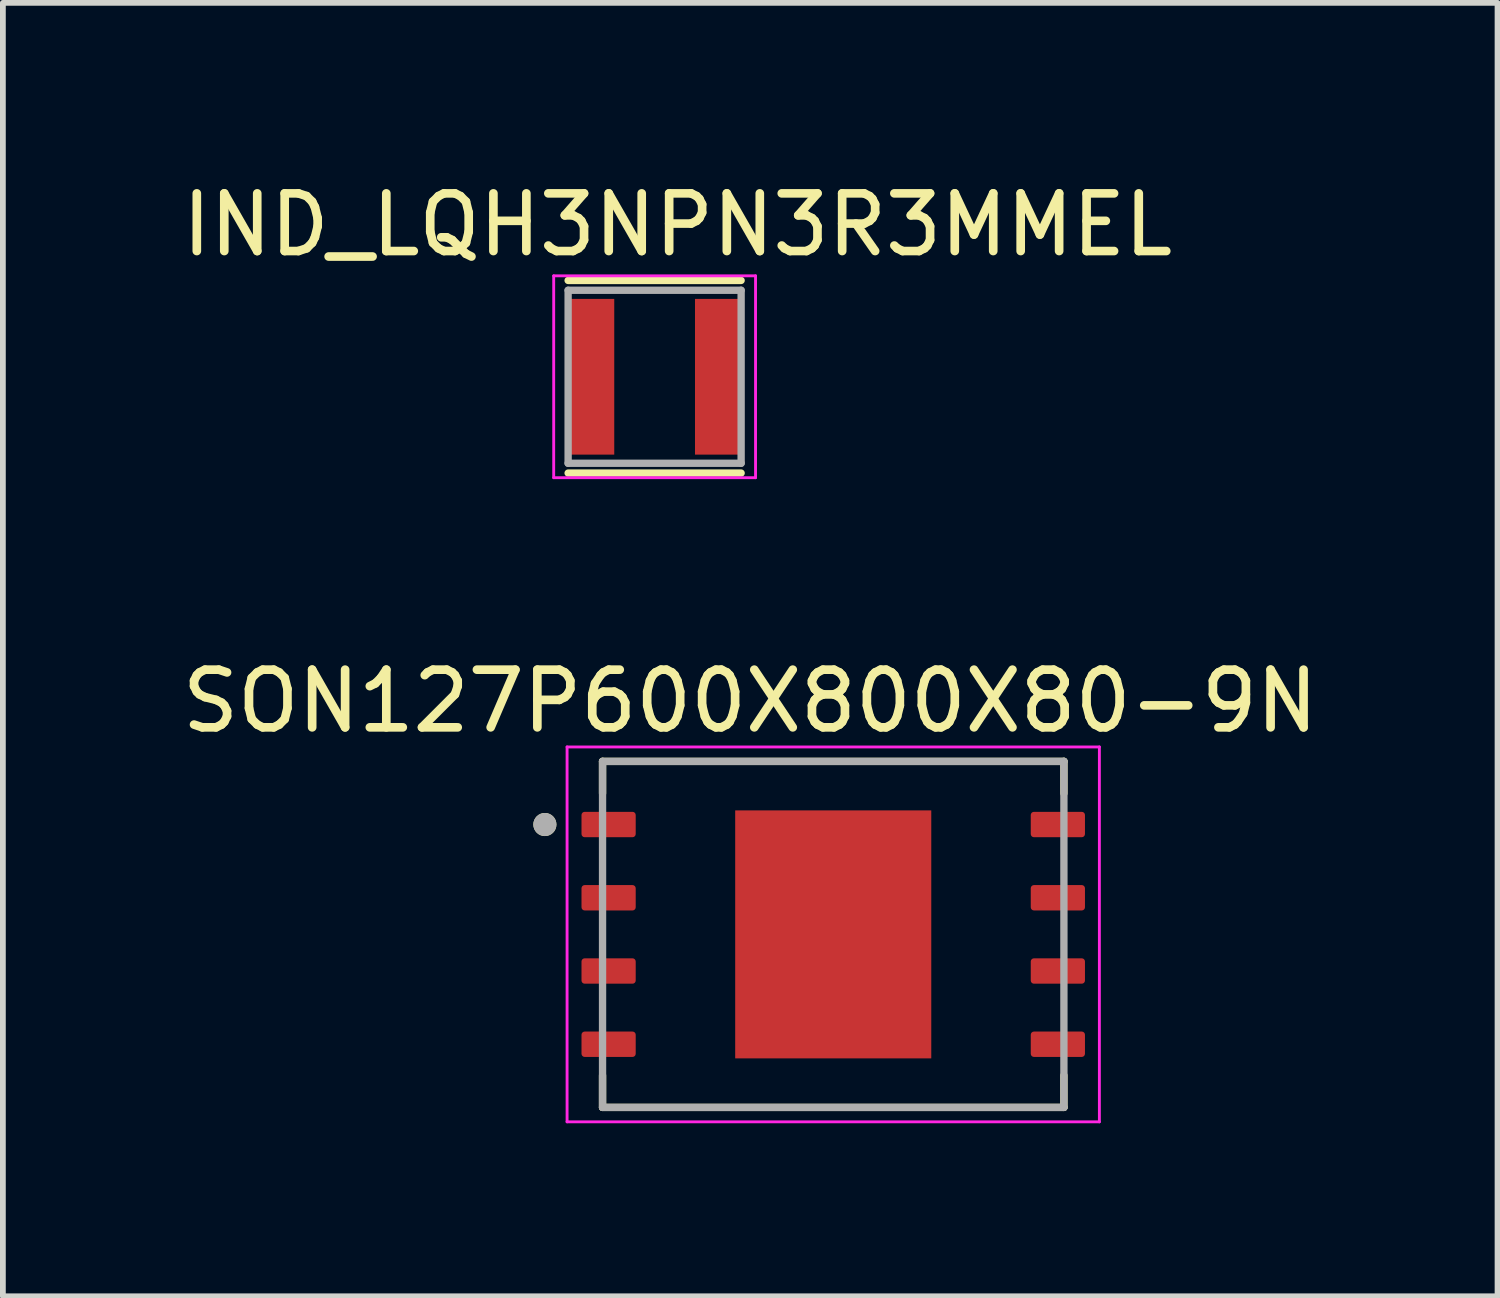
<source format=kicad_pcb>
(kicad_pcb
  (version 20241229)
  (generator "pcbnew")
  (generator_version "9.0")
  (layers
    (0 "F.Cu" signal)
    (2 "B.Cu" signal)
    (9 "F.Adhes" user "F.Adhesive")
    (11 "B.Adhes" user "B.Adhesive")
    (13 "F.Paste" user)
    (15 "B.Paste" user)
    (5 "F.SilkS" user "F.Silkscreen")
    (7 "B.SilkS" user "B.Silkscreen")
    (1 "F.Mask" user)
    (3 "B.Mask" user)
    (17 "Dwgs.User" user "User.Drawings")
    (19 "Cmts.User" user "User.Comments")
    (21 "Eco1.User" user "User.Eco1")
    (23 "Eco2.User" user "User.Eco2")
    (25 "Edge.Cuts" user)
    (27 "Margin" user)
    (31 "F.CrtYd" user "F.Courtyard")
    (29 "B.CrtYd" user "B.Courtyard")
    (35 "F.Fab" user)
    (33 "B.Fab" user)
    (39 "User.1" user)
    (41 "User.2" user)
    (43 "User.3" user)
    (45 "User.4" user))
  (footprint "IND_LQH3NPN3R3MMEL"
    (layer "F.Cu")
    (at 8.301 3.483)
    (property "Reference" "IND_LQH3NPN3R3MMEL" (at 0.395 -2.635 0) (layer "F.SilkS") (effects (font (size 1 1) (thickness 0.15))))
    (attr smd)
    (fp_line (start -1.5 -1.67) (end 1.5 -1.67) (stroke (width 0.127) (type solid)) (layer "F.SilkS"))
    (fp_line (start -1.5 1.67) (end 1.5 1.67) (stroke (width 0.127) (type solid)) (layer "F.SilkS"))
    (fp_line (start -1.75 -1.75) (end 1.75 -1.75) (stroke (width 0.05) (type solid)) (layer "F.CrtYd"))
    (fp_line (start -1.75 1.75) (end -1.75 -1.75) (stroke (width 0.05) (type solid)) (layer "F.CrtYd"))
    (fp_line (start 1.75 -1.75) (end 1.75 1.75) (stroke (width 0.05) (type solid)) (layer "F.CrtYd"))
    (fp_line (start 1.75 1.75) (end -1.75 1.75) (stroke (width 0.05) (type solid)) (layer "F.CrtYd"))
    (fp_line (start -1.5 -1.5) (end 1.5 -1.5) (stroke (width 0.127) (type solid)) (layer "F.Fab"))
    (fp_line (start -1.5 1.5) (end -1.5 -1.5) (stroke (width 0.127) (type solid)) (layer "F.Fab"))
    (fp_line (start 1.5 -1.5) (end 1.5 1.5) (stroke (width 0.127) (type solid)) (layer "F.Fab"))
    (fp_line (start 1.5 1.5) (end -1.5 1.5) (stroke (width 0.127) (type solid)) (layer "F.Fab"))
    (pad "1" smd rect (at -1.1 0) (size 0.8 2.7) (layers "F.Cu" "F.Mask" "F.Paste"))
    (pad "2" smd rect (at 1.1 0) (size 0.8 2.7) (layers "F.Cu" "F.Mask" "F.Paste")))
  (footprint "SON127P600X800X80-9N"
    (layer "F.Cu")
    (at 11.398 13.152)
    (property "Reference" "SON127P600X800X80-9N" (at -1.44 -4.045 0) (layer "F.SilkS") (effects (font (size 1 1) (thickness 0.15))))
    (attr smd)
    (fp_line (start -4 -3) (end -4 -2.445) (stroke (width 0.127) (type solid)) (layer "F.SilkS"))
    (fp_line (start -4 -3) (end 4 -3) (stroke (width 0.127) (type solid)) (layer "F.SilkS"))
    (fp_line (start -4 3) (end -4 2.445) (stroke (width 0.127) (type solid)) (layer "F.SilkS"))
    (fp_line (start -4 3) (end 4 3) (stroke (width 0.127) (type solid)) (layer "F.SilkS"))
    (fp_line (start 4 -3) (end 4 -2.445) (stroke (width 0.127) (type solid)) (layer "F.SilkS"))
    (fp_line (start 4 3) (end 4 2.445) (stroke (width 0.127) (type solid)) (layer "F.SilkS"))
    (fp_circle (center -5 -1.905) (end -4.9 -1.905) (stroke (width 0.2) (type solid)) (fill no) (layer "F.SilkS"))
    (fp_poly (pts (xy -1.24 -1.69) (xy -0.23 -1.69) (xy -0.23 -0.23) (xy -1.24 -0.23)) (stroke (width 0.01) (type solid)) (fill yes) (layer "F.Paste"))
    (fp_poly (pts (xy -1.24 0.23) (xy -0.23 0.23) (xy -0.23 1.69) (xy -1.24 1.69)) (stroke (width 0.01) (type solid)) (fill yes) (layer "F.Paste"))
    (fp_poly (pts (xy 0.23 -1.69) (xy 1.24 -1.69) (xy 1.24 -0.23) (xy 0.23 -0.23)) (stroke (width 0.01) (type solid)) (fill yes) (layer "F.Paste"))
    (fp_poly (pts (xy 0.23 0.23) (xy 1.24 0.23) (xy 1.24 1.69) (xy 0.23 1.69)) (stroke (width 0.01) (type solid)) (fill yes) (layer "F.Paste"))
    (fp_line (start -4.615 -3.25) (end -4.615 3.25) (stroke (width 0.05) (type solid)) (layer "F.CrtYd"))
    (fp_line (start -4.615 3.25) (end 4.615 3.25) (stroke (width 0.05) (type solid)) (layer "F.CrtYd"))
    (fp_line (start 4.615 -3.25) (end -4.615 -3.25) (stroke (width 0.05) (type solid)) (layer "F.CrtYd"))
    (fp_line (start 4.615 3.25) (end 4.615 -3.25) (stroke (width 0.05) (type solid)) (layer "F.CrtYd"))
    (fp_line (start -4 -3) (end -4 3) (stroke (width 0.127) (type solid)) (layer "F.Fab"))
    (fp_line (start -4 -3) (end 4 -3) (stroke (width 0.127) (type solid)) (layer "F.Fab"))
    (fp_line (start -4 3) (end 4 3) (stroke (width 0.127) (type solid)) (layer "F.Fab"))
    (fp_line (start 4 -3) (end 4 3) (stroke (width 0.127) (type solid)) (layer "F.Fab"))
    (fp_circle (center -5 -1.905) (end -4.9 -1.905) (stroke (width 0.2) (type solid)) (fill no) (layer "F.Fab"))
    (pad "1" smd roundrect (at -3.895 -1.905) (size 0.94 0.44) (layers "F.Cu" "F.Mask" "F.Paste") (roundrect_rratio 0.125))
    (pad "2" smd roundrect (at -3.895 -0.635) (size 0.94 0.44) (layers "F.Cu" "F.Mask" "F.Paste") (roundrect_rratio 0.125))
    (pad "3" smd roundrect (at -3.895 0.635) (size 0.94 0.44) (layers "F.Cu" "F.Mask" "F.Paste") (roundrect_rratio 0.125))
    (pad "4" smd roundrect (at -3.895 1.905) (size 0.94 0.44) (layers "F.Cu" "F.Mask" "F.Paste") (roundrect_rratio 0.125))
    (pad "5" smd roundrect (at 3.895 1.905) (size 0.94 0.44) (layers "F.Cu" "F.Mask" "F.Paste") (roundrect_rratio 0.125))
    (pad "6" smd roundrect (at 3.895 0.635) (size 0.94 0.44) (layers "F.Cu" "F.Mask" "F.Paste") (roundrect_rratio 0.125))
    (pad "7" smd roundrect (at 3.895 -0.635) (size 0.94 0.44) (layers "F.Cu" "F.Mask" "F.Paste") (roundrect_rratio 0.125))
    (pad "8" smd roundrect (at 3.895 -1.905) (size 0.94 0.44) (layers "F.Cu" "F.Mask" "F.Paste") (roundrect_rratio 0.125))
    (pad "9" smd rect (at 0 0) (size 3.4 4.3) (layers "F.Cu" "F.Mask")))
  (gr_rect
    (start -3 -3)
    (end 22.917 19.427)
    (stroke (width 0.1) (type default))
    (fill no)
    (layer "Edge.Cuts")))
</source>
